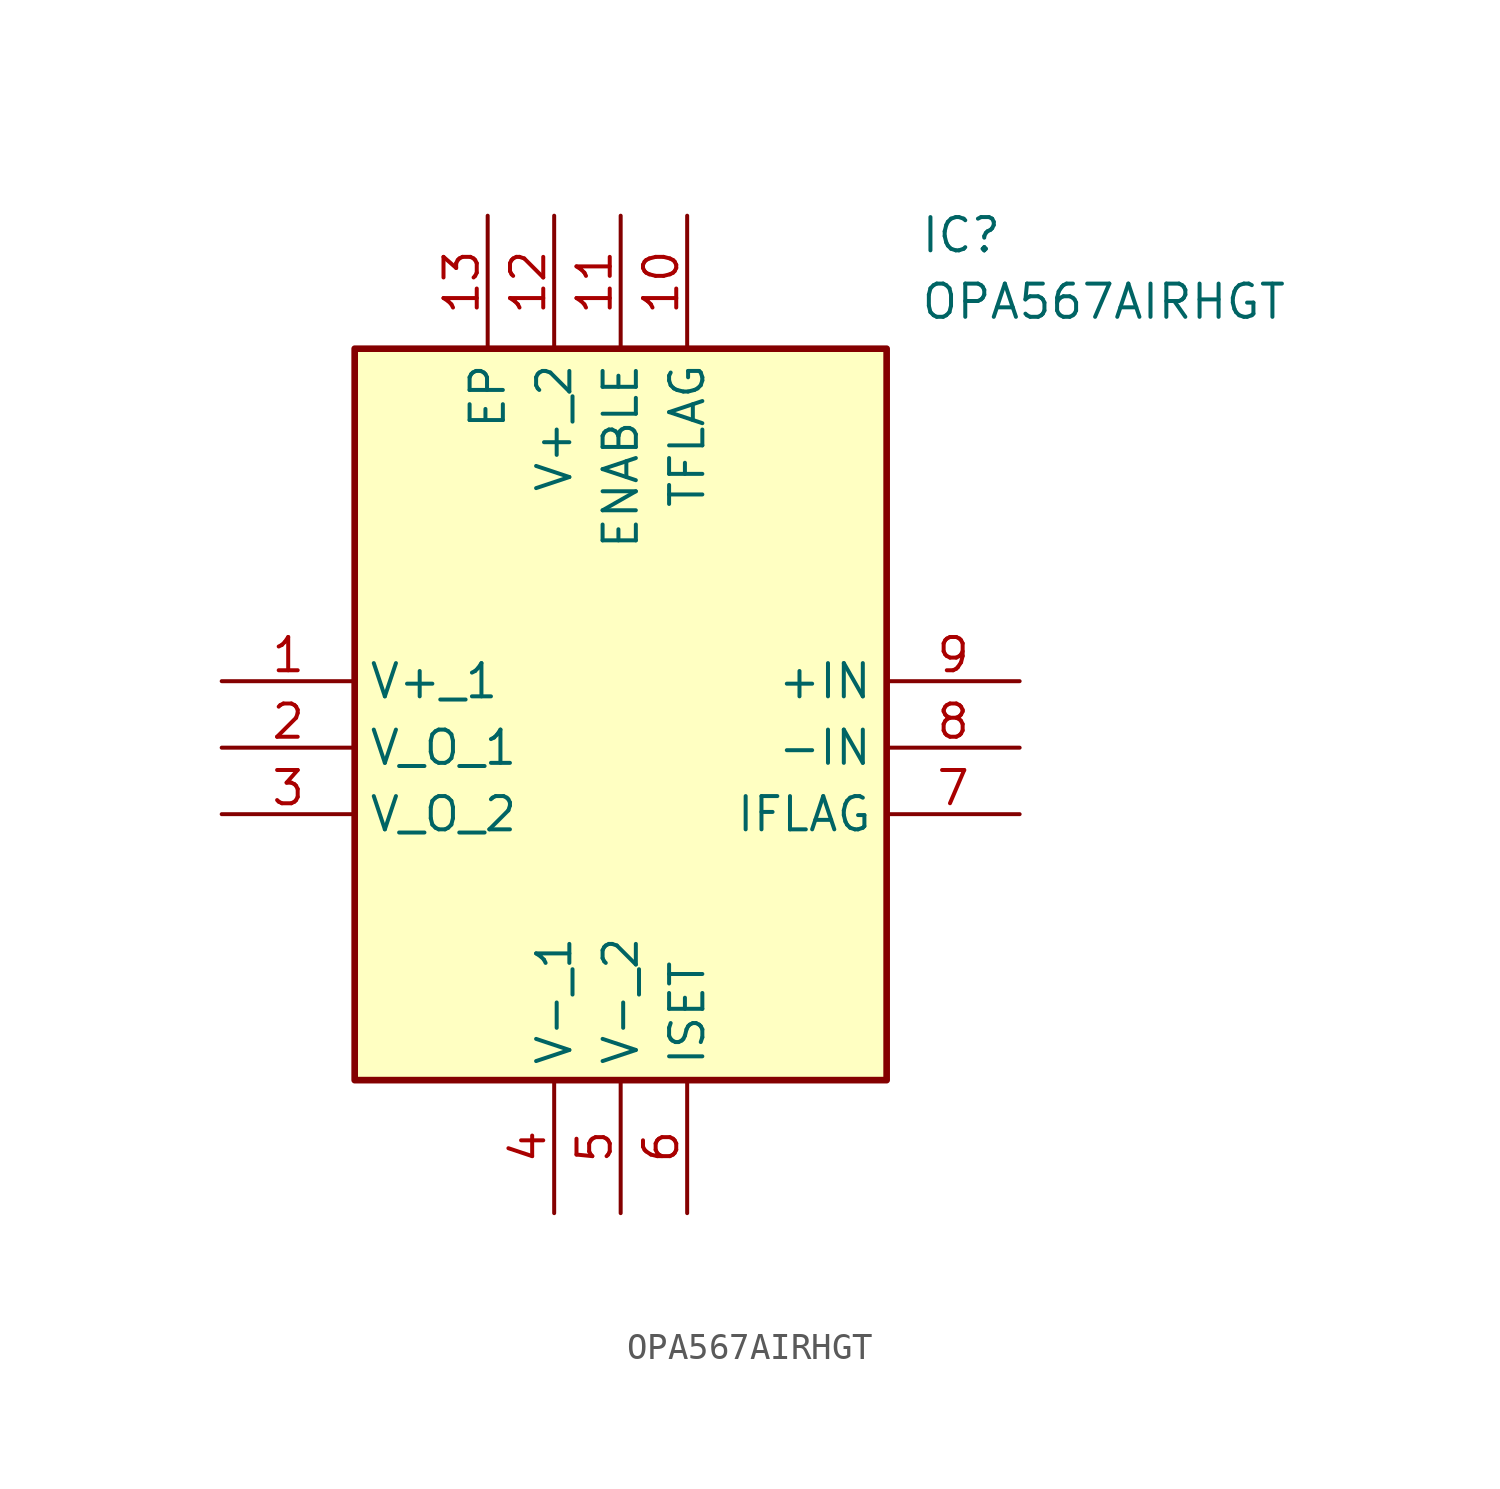
<source format=kicad_sym>
(kicad_symbol_lib
  (version 20211014)
  (generator SamacSys_ECAD_Model)
  (symbol "OPA567AIRHGT"
    (property "Reference" "IC"
      (at 26.67 17.78 0)
      (effects (font (size 1.27 1.27)) (justify left top)))
    (property "Value" "OPA567AIRHGT"
      (at 26.67 15.24 0)
      (effects (font (size 1.27 1.27)) (justify left top)))
    (rectangle
      (start 5.08 12.7)
      (end 25.4 -15.24)
      (stroke (width 0.254) (type default))
      (fill (type background)))
    (pin passive line
      (at 0 0 0)
      (length 5.08)
      (name "V+_1" (effects (font (size 1.27 1.27))))
      (number "1" (effects (font (size 1.27 1.27)))))
    (pin passive line
      (at 0 -2.54 0)
      (length 5.08)
      (name "V_O_1" (effects (font (size 1.27 1.27))))
      (number "2" (effects (font (size 1.27 1.27)))))
    (pin passive line
      (at 0 -5.08 0)
      (length 5.08)
      (name "V_O_2" (effects (font (size 1.27 1.27))))
      (number "3" (effects (font (size 1.27 1.27)))))
    (pin passive line
      (at 12.7 -20.32 90)
      (length 5.08)
      (name "V-_1" (effects (font (size 1.27 1.27))))
      (number "4" (effects (font (size 1.27 1.27)))))
    (pin passive line
      (at 15.24 -20.32 90)
      (length 5.08)
      (name "V-_2" (effects (font (size 1.27 1.27))))
      (number "5" (effects (font (size 1.27 1.27)))))
    (pin passive line
      (at 17.78 -20.32 90)
      (length 5.08)
      (name "ISET" (effects (font (size 1.27 1.27))))
      (number "6" (effects (font (size 1.27 1.27)))))
    (pin passive line
      (at 30.48 0 180)
      (length 5.08)
      (name "+IN" (effects (font (size 1.27 1.27))))
      (number "9" (effects (font (size 1.27 1.27)))))
    (pin passive line
      (at 30.48 -2.54 180)
      (length 5.08)
      (name "-IN" (effects (font (size 1.27 1.27))))
      (number "8" (effects (font (size 1.27 1.27)))))
    (pin passive line
      (at 30.48 -5.08 180)
      (length 5.08)
      (name "IFLAG" (effects (font (size 1.27 1.27))))
      (number "7" (effects (font (size 1.27 1.27)))))
    (pin passive line
      (at 10.16 17.78 270)
      (length 5.08)
      (name "EP" (effects (font (size 1.27 1.27))))
      (number "13" (effects (font (size 1.27 1.27)))))
    (pin passive line
      (at 12.7 17.78 270)
      (length 5.08)
      (name "V+_2" (effects (font (size 1.27 1.27))))
      (number "12" (effects (font (size 1.27 1.27)))))
    (pin passive line
      (at 15.24 17.78 270)
      (length 5.08)
      (name "ENABLE" (effects (font (size 1.27 1.27))))
      (number "11" (effects (font (size 1.27 1.27)))))
    (pin passive line
      (at 17.78 17.78 270)
      (length 5.08)
      (name "TFLAG" (effects (font (size 1.27 1.27))))
      (number "10" (effects (font (size 1.27 1.27)))))))
</source>
